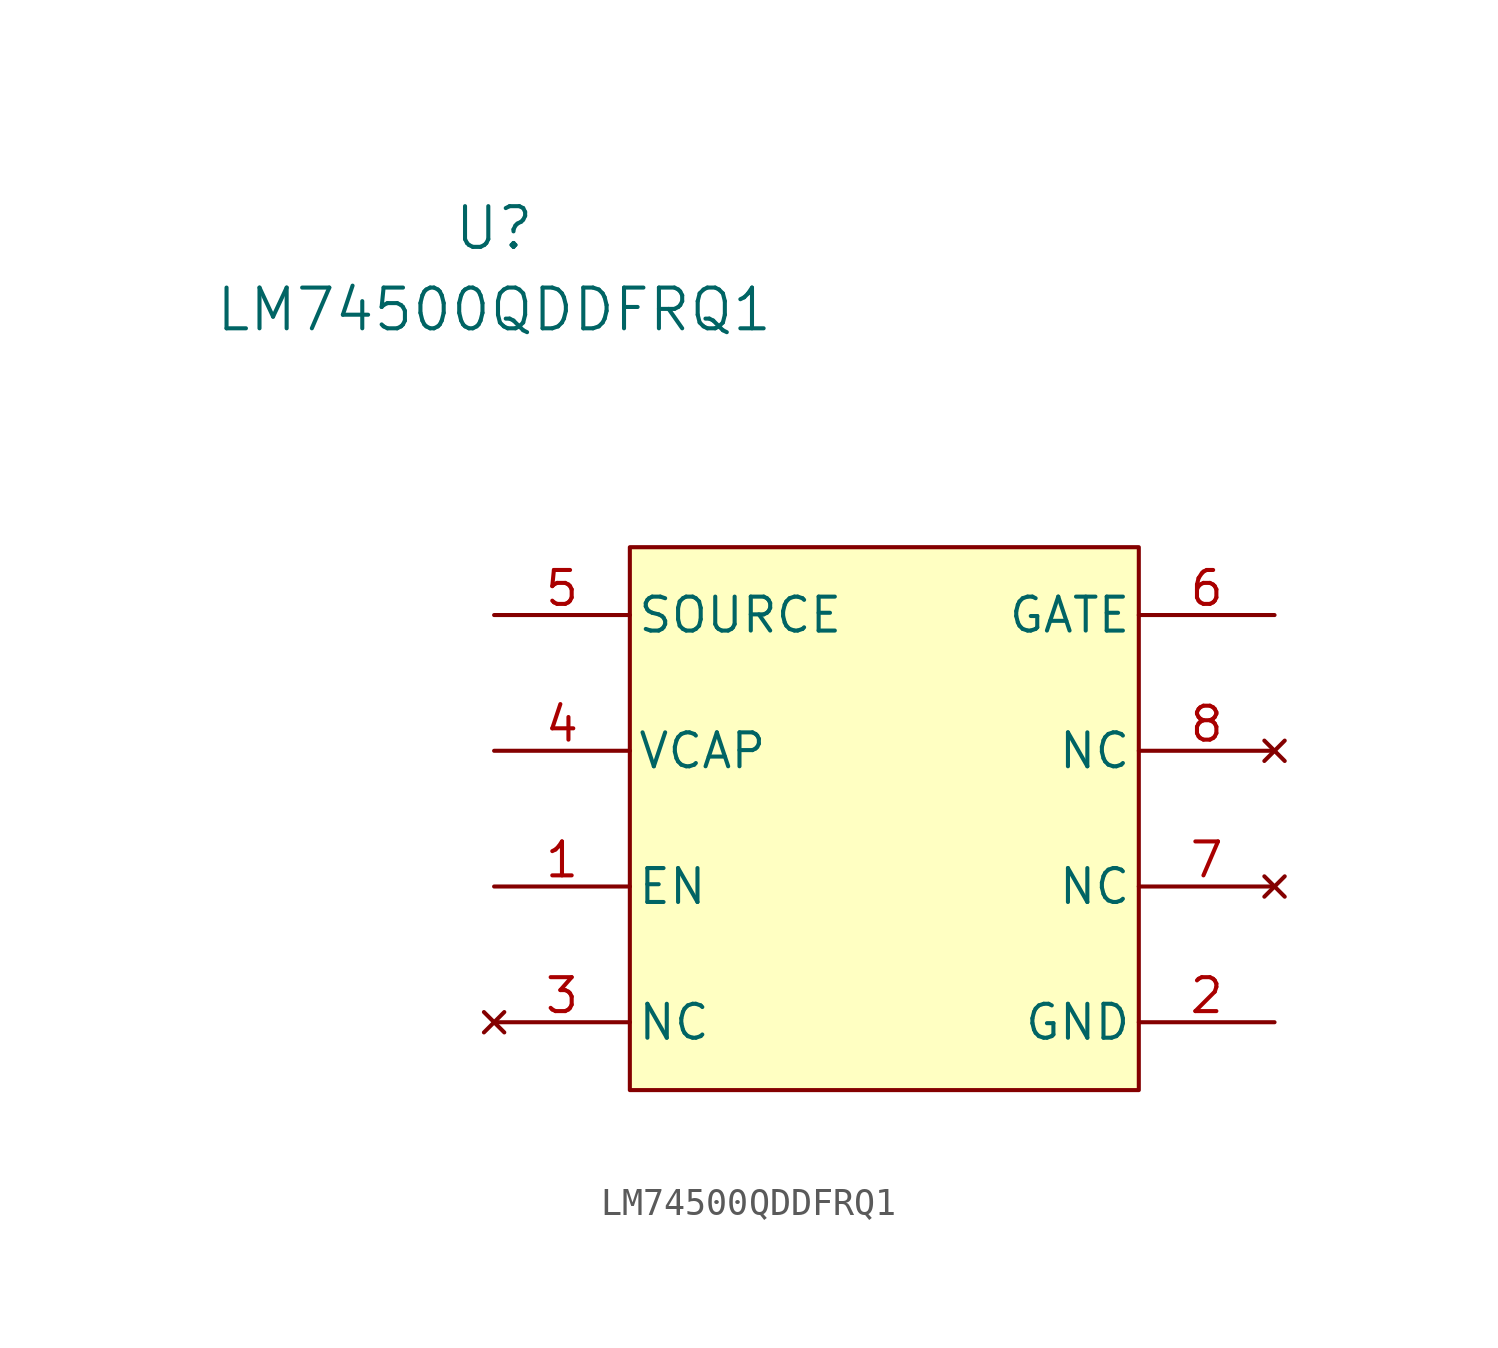
<source format=kicad_sym>
(kicad_symbol_lib
  (version 20231120)
  (generator "kicad_symbol_editor")
  (generator_version "8.0")
  (symbol "LM74500QDDFRQ1"
    (pin_names
      (offset 0.254))
    (property "Reference" "U"
      (at 0 14.478 0)
      (effects (font (size 1.524 1.524))))
    (property "Value" "LM74500QDDFRQ1"
      (at 0 11.43 0)
      (effects (font (size 1.524 1.524))))
    (symbol "LM74500QDDFRQ1_0_1"
      (pin power_in line (at 29.21 -15.24 180) (length 5.08) (name "GND" (effects (font (size 1.27 1.27)))) (number "2" (effects (font (size 1.27 1.27))))))
    (symbol "LM74500QDDFRQ1_1_1"
      (rectangle (start 5.08 2.54) (end 24.13 -17.78) (stroke (width 0) (type default)) (fill (type background)))
      (pin passive line (at 0 -10.16 0) (length 5.08) (name "EN" (effects (font (size 1.27 1.27)))) (number "1" (effects (font (size 1.27 1.27)))))
      (pin no_connect line (at 0 -15.24 0) (length 5.08) (name "NC" (effects (font (size 1.27 1.27)))) (number "3" (effects (font (size 1.27 1.27)))))
      (pin passive line (at 0 -5.08 0) (length 5.08) (name "VCAP" (effects (font (size 1.27 1.27)))) (number "4" (effects (font (size 1.27 1.27)))))
      (pin passive line (at 0 0 0) (length 5.08) (name "SOURCE" (effects (font (size 1.27 1.27)))) (number "5" (effects (font (size 1.27 1.27)))))
      (pin passive line (at 29.21 0 180) (length 5.08) (name "GATE" (effects (font (size 1.27 1.27)))) (number "6" (effects (font (size 1.27 1.27)))))
      (pin no_connect line (at 29.21 -10.16 180) (length 5.08) (name "NC" (effects (font (size 1.27 1.27)))) (number "7" (effects (font (size 1.27 1.27)))))
      (pin no_connect line (at 29.21 -5.08 180) (length 5.08) (name "NC" (effects (font (size 1.27 1.27)))) (number "8" (effects (font (size 1.27 1.27))))))))
</source>
